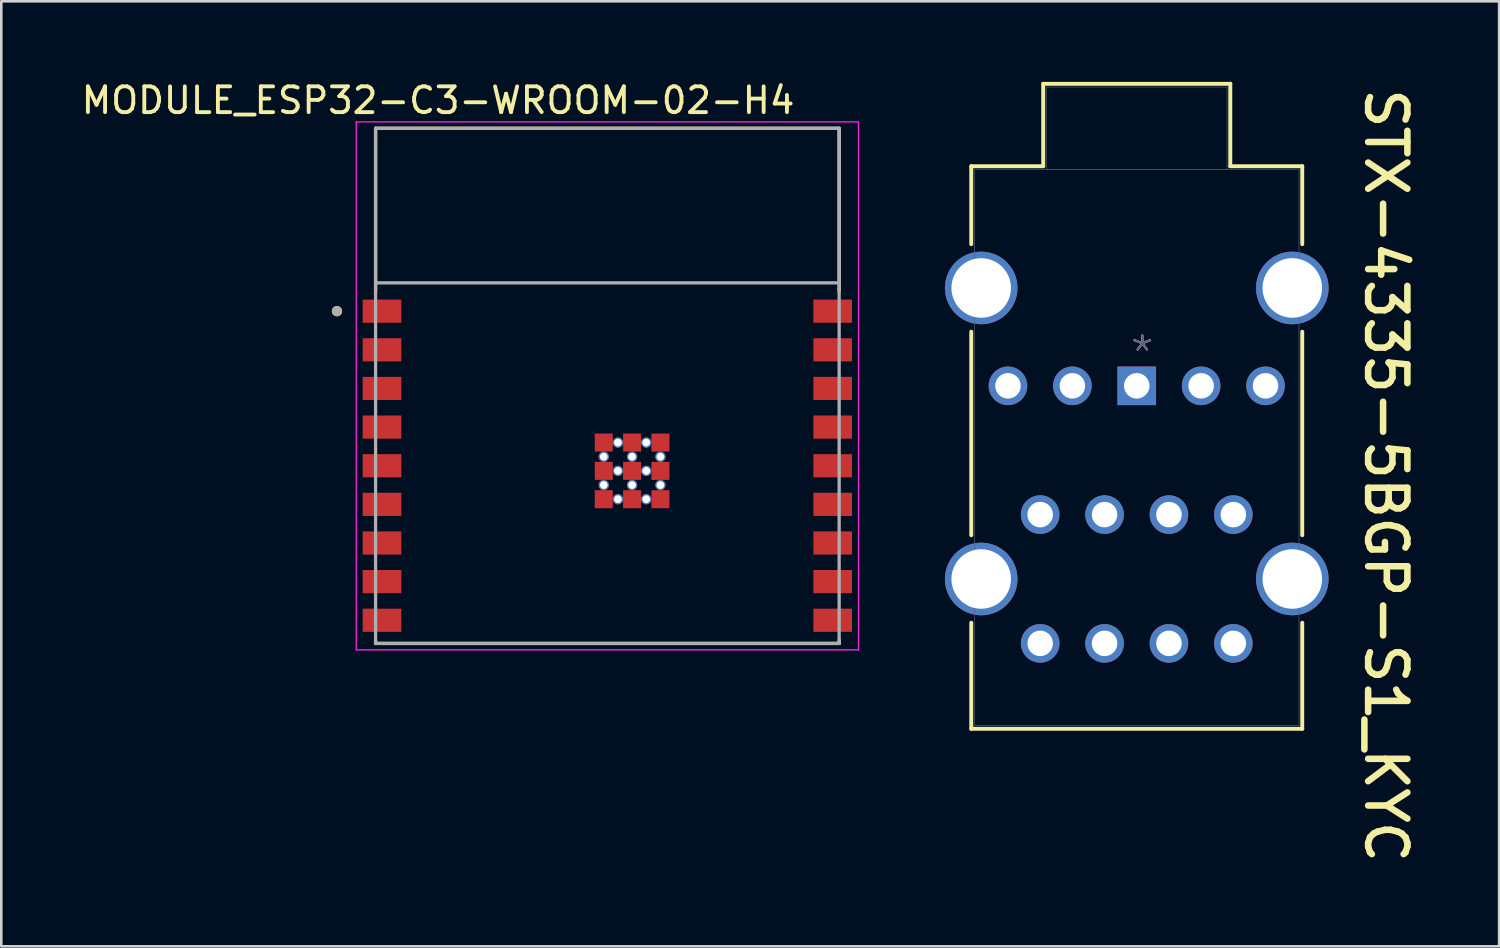
<source format=kicad_pcb>
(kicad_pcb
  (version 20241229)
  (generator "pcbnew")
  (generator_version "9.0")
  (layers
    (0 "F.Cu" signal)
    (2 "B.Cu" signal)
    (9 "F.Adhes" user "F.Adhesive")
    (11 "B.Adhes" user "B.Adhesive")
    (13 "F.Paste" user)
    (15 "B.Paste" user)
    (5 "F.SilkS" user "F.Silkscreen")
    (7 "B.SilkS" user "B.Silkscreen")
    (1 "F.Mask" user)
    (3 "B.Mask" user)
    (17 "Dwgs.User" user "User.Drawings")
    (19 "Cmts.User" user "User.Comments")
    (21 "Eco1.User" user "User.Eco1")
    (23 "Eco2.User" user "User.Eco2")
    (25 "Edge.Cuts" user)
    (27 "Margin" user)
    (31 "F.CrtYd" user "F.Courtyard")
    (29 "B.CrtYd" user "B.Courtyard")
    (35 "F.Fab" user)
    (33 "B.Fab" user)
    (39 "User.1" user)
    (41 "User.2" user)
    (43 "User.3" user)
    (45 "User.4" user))
  (footprint "MODULE_ESP32-C3-WROOM-02-H4"
    (layer "F.Cu")
    (at 20.533 11.933)
    (property "Reference" "MODULE_ESP32-C3-WROOM-02-H4" (at -6.575 -11.085 0) (layer "F.SilkS") (effects (font (size 1 1) (thickness 0.15))))
    (attr through_hole)
    (fp_line (start -9 -10) (end -9 -3.67) (stroke (width 0.127) (type solid)) (layer "F.SilkS"))
    (fp_line (start -9 10) (end -9 9.87) (stroke (width 0.127) (type solid)) (layer "F.SilkS"))
    (fp_line (start -9 10) (end 9 10) (stroke (width 0.127) (type solid)) (layer "F.SilkS"))
    (fp_line (start 9 -10) (end -9 -10) (stroke (width 0.127) (type solid)) (layer "F.SilkS"))
    (fp_line (start 9 -3.67) (end 9 -10) (stroke (width 0.127) (type solid)) (layer "F.SilkS"))
    (fp_line (start 9 10) (end 9 9.87) (stroke (width 0.127) (type solid)) (layer "F.SilkS"))
    (fp_circle (center -10.5 -2.9) (end -10.4 -2.9) (stroke (width 0.2) (type solid)) (fill no) (layer "F.SilkS"))
    (fp_line (start -9.75 -10.25) (end -9.75 10.25) (stroke (width 0.05) (type solid)) (layer "F.CrtYd"))
    (fp_line (start -9.75 10.25) (end 9.75 10.25) (stroke (width 0.05) (type solid)) (layer "F.CrtYd"))
    (fp_line (start 9.75 -10.25) (end -9.75 -10.25) (stroke (width 0.05) (type solid)) (layer "F.CrtYd"))
    (fp_line (start 9.75 10.25) (end 9.75 -10.25) (stroke (width 0.05) (type solid)) (layer "F.CrtYd"))
    (fp_line (start -9 -10) (end -9 -4) (stroke (width 0.127) (type solid)) (layer "F.Fab"))
    (fp_line (start -9 -4) (end -9 10) (stroke (width 0.127) (type solid)) (layer "F.Fab"))
    (fp_line (start -9 10) (end 9 10) (stroke (width 0.127) (type solid)) (layer "F.Fab"))
    (fp_line (start 9 -10) (end -9 -10) (stroke (width 0.127) (type solid)) (layer "F.Fab"))
    (fp_line (start 9 -4) (end -9 -4) (stroke (width 0.127) (type solid)) (layer "F.Fab"))
    (fp_line (start 9 -4) (end 9 -10) (stroke (width 0.127) (type solid)) (layer "F.Fab"))
    (fp_line (start 9 10) (end 9 -4) (stroke (width 0.127) (type solid)) (layer "F.Fab"))
    (fp_circle (center -10.5 -2.9) (end -10.4 -2.9) (stroke (width 0.2) (type solid)) (fill no) (layer "F.Fab"))
    (pad "1" smd rect (at -8.75 -2.9) (size 1.5 0.9) (layers "F.Cu" "F.Mask" "F.Paste"))
    (pad "2" smd rect (at -8.75 -1.4) (size 1.5 0.9) (layers "F.Cu" "F.Mask" "F.Paste"))
    (pad "3" smd rect (at -8.75 0.1) (size 1.5 0.9) (layers "F.Cu" "F.Mask" "F.Paste"))
    (pad "4" smd rect (at -8.75 1.6) (size 1.5 0.9) (layers "F.Cu" "F.Mask" "F.Paste"))
    (pad "5" smd rect (at -8.75 3.1) (size 1.5 0.9) (layers "F.Cu" "F.Mask" "F.Paste"))
    (pad "6" smd rect (at -8.75 4.6) (size 1.5 0.9) (layers "F.Cu" "F.Mask" "F.Paste"))
    (pad "7" smd rect (at -8.75 6.1) (size 1.5 0.9) (layers "F.Cu" "F.Mask" "F.Paste"))
    (pad "8" smd rect (at -8.75 7.6) (size 1.5 0.9) (layers "F.Cu" "F.Mask" "F.Paste"))
    (pad "9" smd rect (at -8.75 9.1) (size 1.5 0.9) (layers "F.Cu" "F.Mask" "F.Paste"))
    (pad "10" smd rect (at 8.75 9.1) (size 1.5 0.9) (layers "F.Cu" "F.Mask" "F.Paste"))
    (pad "11" smd rect (at 8.75 7.6) (size 1.5 0.9) (layers "F.Cu" "F.Mask" "F.Paste"))
    (pad "12" smd rect (at 8.75 6.1) (size 1.5 0.9) (layers "F.Cu" "F.Mask" "F.Paste"))
    (pad "13" smd rect (at 8.75 4.6) (size 1.5 0.9) (layers "F.Cu" "F.Mask" "F.Paste"))
    (pad "14" smd rect (at 8.75 3.1) (size 1.5 0.9) (layers "F.Cu" "F.Mask" "F.Paste"))
    (pad "15" smd rect (at 8.75 1.6) (size 1.5 0.9) (layers "F.Cu" "F.Mask" "F.Paste"))
    (pad "16" smd rect (at 8.75 0.1) (size 1.5 0.9) (layers "F.Cu" "F.Mask" "F.Paste"))
    (pad "17" smd rect (at 8.75 -1.4) (size 1.5 0.9) (layers "F.Cu" "F.Mask" "F.Paste"))
    (pad "18" smd rect (at 8.75 -2.9) (size 1.5 0.9) (layers "F.Cu" "F.Mask" "F.Paste"))
    (pad "19" smd rect (at -0.14 2.2) (size 0.7 0.7) (layers "F.Cu" "F.Mask" "F.Paste"))
    (pad "20" smd rect (at 0.96 2.2) (size 0.7 0.7) (layers "F.Cu" "F.Mask" "F.Paste"))
    (pad "21" smd rect (at 2.06 2.2) (size 0.7 0.7) (layers "F.Cu" "F.Mask" "F.Paste"))
    (pad "22" smd rect (at -0.14 3.3) (size 0.7 0.7) (layers "F.Cu" "F.Mask" "F.Paste"))
    (pad "23" smd rect (at 0.96 3.3) (size 0.7 0.7) (layers "F.Cu" "F.Mask" "F.Paste"))
    (pad "24" smd rect (at 2.06 3.3) (size 0.7 0.7) (layers "F.Cu" "F.Mask" "F.Paste"))
    (pad "25" smd rect (at -0.14 4.4) (size 0.7 0.7) (layers "F.Cu" "F.Mask" "F.Paste"))
    (pad "26" smd rect (at 0.96 4.4) (size 0.7 0.7) (layers "F.Cu" "F.Mask" "F.Paste"))
    (pad "27" smd rect (at 2.06 4.4) (size 0.7 0.7) (layers "F.Cu" "F.Mask" "F.Paste"))
    (pad "28" thru_hole circle (at 0.41 2.2) (size 0.4 0.4) (drill 0.3) (layers "*.Cu"))
    (pad "29" thru_hole circle (at 1.51 2.2) (size 0.4 0.4) (drill 0.3) (layers "*.Cu"))
    (pad "30" thru_hole circle (at -0.14 2.75) (size 0.4 0.4) (drill 0.3) (layers "*.Cu"))
    (pad "31" thru_hole circle (at 0.96 2.75) (size 0.4 0.4) (drill 0.3) (layers "*.Cu"))
    (pad "32" thru_hole circle (at 2.06 2.75) (size 0.4 0.4) (drill 0.3) (layers "*.Cu"))
    (pad "33" thru_hole circle (at 0.41 3.3) (size 0.4 0.4) (drill 0.3) (layers "*.Cu"))
    (pad "34" thru_hole circle (at 1.51 3.3) (size 0.4 0.4) (drill 0.3) (layers "*.Cu"))
    (pad "35" thru_hole circle (at -0.14 3.85) (size 0.4 0.4) (drill 0.3) (layers "*.Cu"))
    (pad "36" thru_hole circle (at 0.96 3.85) (size 0.4 0.4) (drill 0.3) (layers "*.Cu"))
    (pad "37" thru_hole circle (at 2.06 3.85) (size 0.4 0.4) (drill 0.3) (layers "*.Cu"))
    (pad "38" thru_hole circle (at 0.41 4.4) (size 0.4 0.4) (drill 0.3) (layers "*.Cu"))
    (pad "39" thru_hole circle (at 1.51 4.4) (size 0.4 0.4) (drill 0.3) (layers "*.Cu"))
    (zone (net_name "") (layer "F.Cu") (hatch full 0.508) (connect_pads) (min_thickness 0.01) (filled_areas_thickness no) (keepout (tracks not_allowed) (vias not_allowed) (pads not_allowed) (copperpour not_allowed) (footprints allowed)) (placement (enabled no)) (fill) (polygon (pts (xy 11.533 1.933) (xy 29.533 1.933) (xy 29.533 7.933) (xy 11.533 7.933))))
    (zone (net_name "") (layers "F.Cu" "B.Cu") (hatch full 0.508) (connect_pads) (min_thickness 0.01) (filled_areas_thickness no) (keepout (tracks allowed) (vias not_allowed) (pads allowed) (copperpour allowed) (footprints allowed)) (placement (enabled no)) (fill) (polygon (pts (xy 11.533 1.933) (xy 29.533 1.933) (xy 29.533 7.933) (xy 11.533 7.933))))
    (zone (net_name "") (layer "B.Cu") (hatch full 0.508) (connect_pads) (min_thickness 0.01) (filled_areas_thickness no) (keepout (tracks not_allowed) (vias not_allowed) (pads not_allowed) (copperpour not_allowed) (footprints allowed)) (placement (enabled no)) (fill) (polygon (pts (xy 11.533 1.933) (xy 29.533 1.933) (xy 29.533 7.933) (xy 11.533 7.933)))))
  (footprint "STX-4335-5BGP-S1_KYC"
    (layer "F.Cu")
    (at 41.088 11.931)
    (property "Reference" "STX-4335-5BGP-S1_KYC" (at 8.784 -11.667 270) (unlocked yes) (layer "F.SilkS") (effects (font (size 1.524 1.524) (thickness 0.254)) (justify left bottom)))
    (fp_line (start -6.426 -8.527) (end -6.426 -5.499) (stroke (width 0.152) (type solid)) (layer "F.SilkS"))
    (fp_line (start -6.426 -8.527) (end -3.632 -8.527) (stroke (width 0.152) (type solid)) (layer "F.SilkS"))
    (fp_line (start -6.426 -2.101) (end -6.426 5.801) (stroke (width 0.152) (type solid)) (layer "F.SilkS"))
    (fp_line (start -6.426 9.199) (end -6.426 13.317) (stroke (width 0.152) (type solid)) (layer "F.SilkS"))
    (fp_line (start -6.426 13.317) (end 6.426 13.317) (stroke (width 0.152) (type solid)) (layer "F.SilkS"))
    (fp_line (start -3.632 -11.727) (end -3.632 -8.527) (stroke (width 0.152) (type solid)) (layer "F.SilkS"))
    (fp_line (start -3.632 -11.727) (end 3.632 -11.727) (stroke (width 0.152) (type solid)) (layer "F.SilkS"))
    (fp_line (start 3.632 -11.727) (end 3.632 -8.527) (stroke (width 0.152) (type solid)) (layer "F.SilkS"))
    (fp_line (start 3.632 -8.527) (end 6.426 -8.527) (stroke (width 0.152) (type solid)) (layer "F.SilkS"))
    (fp_line (start 6.426 -8.527) (end 6.426 -5.499) (stroke (width 0.152) (type solid)) (layer "F.SilkS"))
    (fp_line (start 6.426 -2.101) (end 6.426 5.801) (stroke (width 0.152) (type solid)) (layer "F.SilkS"))
    (fp_line (start 6.426 9.199) (end 6.426 13.317) (stroke (width 0.152) (type solid)) (layer "F.SilkS"))
    (fp_line (start -7.704 -5.464) (end -7.704 -2.136) (stroke (width 0.152) (type solid)) (layer "Eco1.User"))
    (fp_line (start -7.704 -5.464) (end -6.553 -5.464) (stroke (width 0.152) (type solid)) (layer "Eco1.User"))
    (fp_line (start -7.704 -2.136) (end -6.553 -2.136) (stroke (width 0.152) (type solid)) (layer "Eco1.User"))
    (fp_line (start -7.704 5.836) (end -7.704 9.164) (stroke (width 0.152) (type solid)) (layer "Eco1.User"))
    (fp_line (start -7.704 5.836) (end -6.553 5.836) (stroke (width 0.152) (type solid)) (layer "Eco1.User"))
    (fp_line (start -7.704 9.164) (end -6.553 9.164) (stroke (width 0.152) (type solid)) (layer "Eco1.User"))
    (fp_line (start -6.553 -8.654) (end -6.553 -5.464) (stroke (width 0.152) (type solid)) (layer "Eco1.User"))
    (fp_line (start -6.553 -8.654) (end -3.759 -8.654) (stroke (width 0.152) (type solid)) (layer "Eco1.User"))
    (fp_line (start -6.553 -2.136) (end -6.553 5.836) (stroke (width 0.152) (type solid)) (layer "Eco1.User"))
    (fp_line (start -6.553 9.164) (end -6.553 13.444) (stroke (width 0.152) (type solid)) (layer "Eco1.User"))
    (fp_line (start -6.553 13.444) (end 6.553 13.444) (stroke (width 0.152) (type solid)) (layer "Eco1.User"))
    (fp_line (start -3.759 -11.854) (end -3.759 -8.654) (stroke (width 0.152) (type solid)) (layer "Eco1.User"))
    (fp_line (start -3.759 -11.854) (end 3.759 -11.854) (stroke (width 0.152) (type solid)) (layer "Eco1.User"))
    (fp_line (start 3.759 -11.854) (end 3.759 -8.654) (stroke (width 0.152) (type solid)) (layer "Eco1.User"))
    (fp_line (start 3.759 -8.654) (end 6.553 -8.654) (stroke (width 0.152) (type solid)) (layer "Eco1.User"))
    (fp_line (start 6.553 -8.654) (end 6.553 -5.464) (stroke (width 0.152) (type solid)) (layer "Eco1.User"))
    (fp_line (start 6.553 -5.464) (end 7.704 -5.464) (stroke (width 0.152) (type solid)) (layer "Eco1.User"))
    (fp_line (start 6.553 -2.136) (end 6.553 5.836) (stroke (width 0.152) (type solid)) (layer "Eco1.User"))
    (fp_line (start 6.553 -2.136) (end 7.704 -2.136) (stroke (width 0.152) (type solid)) (layer "Eco1.User"))
    (fp_line (start 6.553 5.836) (end 7.704 5.836) (stroke (width 0.152) (type solid)) (layer "Eco1.User"))
    (fp_line (start 6.553 9.164) (end 6.553 13.444) (stroke (width 0.152) (type solid)) (layer "Eco1.User"))
    (fp_line (start 6.553 9.164) (end 7.704 9.164) (stroke (width 0.152) (type solid)) (layer "Eco1.User"))
    (fp_line (start 7.704 -5.464) (end 7.704 -2.136) (stroke (width 0.152) (type solid)) (layer "Eco1.User"))
    (fp_line (start 7.704 5.836) (end 7.704 9.164) (stroke (width 0.152) (type solid)) (layer "Eco1.User"))
    (fp_line (start -6.299 -8.4) (end -6.299 13.19) (stroke (width 0.025) (type solid)) (layer "B.Fab"))
    (fp_line (start -6.299 -8.4) (end 6.299 -8.4) (stroke (width 0.025) (type solid)) (layer "B.Fab"))
    (fp_line (start -6.299 13.19) (end 6.299 13.19) (stroke (width 0.025) (type solid)) (layer "B.Fab"))
    (fp_line (start -3.505 -11.6) (end -3.505 -8.4) (stroke (width 0.025) (type solid)) (layer "B.Fab"))
    (fp_line (start -3.505 -11.6) (end 3.505 -11.6) (stroke (width 0.025) (type solid)) (layer "B.Fab"))
    (fp_line (start -3.505 -8.4) (end 3.505 -8.4) (stroke (width 0.025) (type solid)) (layer "B.Fab"))
    (fp_line (start 3.505 -11.6) (end 3.505 -8.4) (stroke (width 0.025) (type solid)) (layer "B.Fab"))
    (fp_line (start 6.299 -8.4) (end 6.299 13.19) (stroke (width 0.025) (type solid)) (layer "B.Fab"))
    (fp_text user "*" (at -0.318 -0.526 0) (unlocked yes) (layer "F.SilkS") (effects (font (size 1.27 1.27) (thickness 0.076)) (justify left bottom)))
    (fp_text user "*" (at -0.318 -0.526 0) (unlocked yes) (layer "B.SilkS") (effects (font (size 1.27 1.27) (thickness 0.076)) (justify left bottom)))
    (fp_text user "*" (at -0.318 -0.526 0) (unlocked yes) (layer "B.Fab") (effects (font (size 1.27 1.27) (thickness 0.076)) (justify left bottom)))
    (pad "1" thru_hole rect (at 0 0) (size 1.499 1.499) (drill 0.991) (layers "*.Cu" "*.Mask"))
    (pad "2" thru_hole circle (at 5 -0.000036) (size 1.499 1.499) (drill 0.991) (layers "*.Cu" "*.Mask"))
    (pad "3" thru_hole circle (at 2.5 -0.000036) (size 1.499 1.499) (drill 0.991) (layers "*.Cu" "*.Mask"))
    (pad "4" thru_hole circle (at -2.5 -0.000036) (size 1.499 1.499) (drill 0.991) (layers "*.Cu" "*.Mask"))
    (pad "5" thru_hole circle (at -5 -0.000036) (size 1.499 1.499) (drill 0.991) (layers "*.Cu" "*.Mask"))
    (pad "22" thru_hole circle (at 3.75 5) (size 1.499 1.499) (drill 0.991) (layers "*.Cu" "*.Mask"))
    (pad "23" thru_hole circle (at 1.25 5) (size 1.499 1.499) (drill 0.991) (layers "*.Cu" "*.Mask"))
    (pad "24" thru_hole circle (at -1.25 5) (size 1.499 1.499) (drill 0.991) (layers "*.Cu" "*.Mask"))
    (pad "25" thru_hole circle (at -3.75 5) (size 1.499 1.499) (drill 0.991) (layers "*.Cu" "*.Mask"))
    (pad "32" thru_hole circle (at 3.75 10) (size 1.499 1.499) (drill 0.991) (layers "*.Cu" "*.Mask"))
    (pad "33" thru_hole circle (at 1.25 10) (size 1.499 1.499) (drill 0.991) (layers "*.Cu" "*.Mask"))
    (pad "34" thru_hole circle (at -1.25 10) (size 1.499 1.499) (drill 0.991) (layers "*.Cu" "*.Mask"))
    (pad "35" thru_hole circle (at -3.75 10) (size 1.499 1.499) (drill 0.991) (layers "*.Cu" "*.Mask"))
    (pad "M1" thru_hole circle (at -6.04 -3.8) (size 2.819 2.819) (drill 2.311) (layers "*.Cu" "*.Mask"))
    (pad "M2" thru_hole circle (at 6.04 -3.8) (size 2.819 2.819) (drill 2.311) (layers "*.Cu" "*.Mask"))
    (pad "M3" thru_hole circle (at -6.04 7.5) (size 2.819 2.819) (drill 2.311) (layers "*.Cu" "*.Mask"))
    (pad "M4" thru_hole circle (at 6.04 7.5) (size 2.819 2.819) (drill 2.311) (layers "*.Cu" "*.Mask")))
  (gr_rect
    (start -3 -3)
    (end 55.158 33.693)
    (stroke (width 0.1) (type default))
    (fill no)
    (layer "Edge.Cuts")))
</source>
